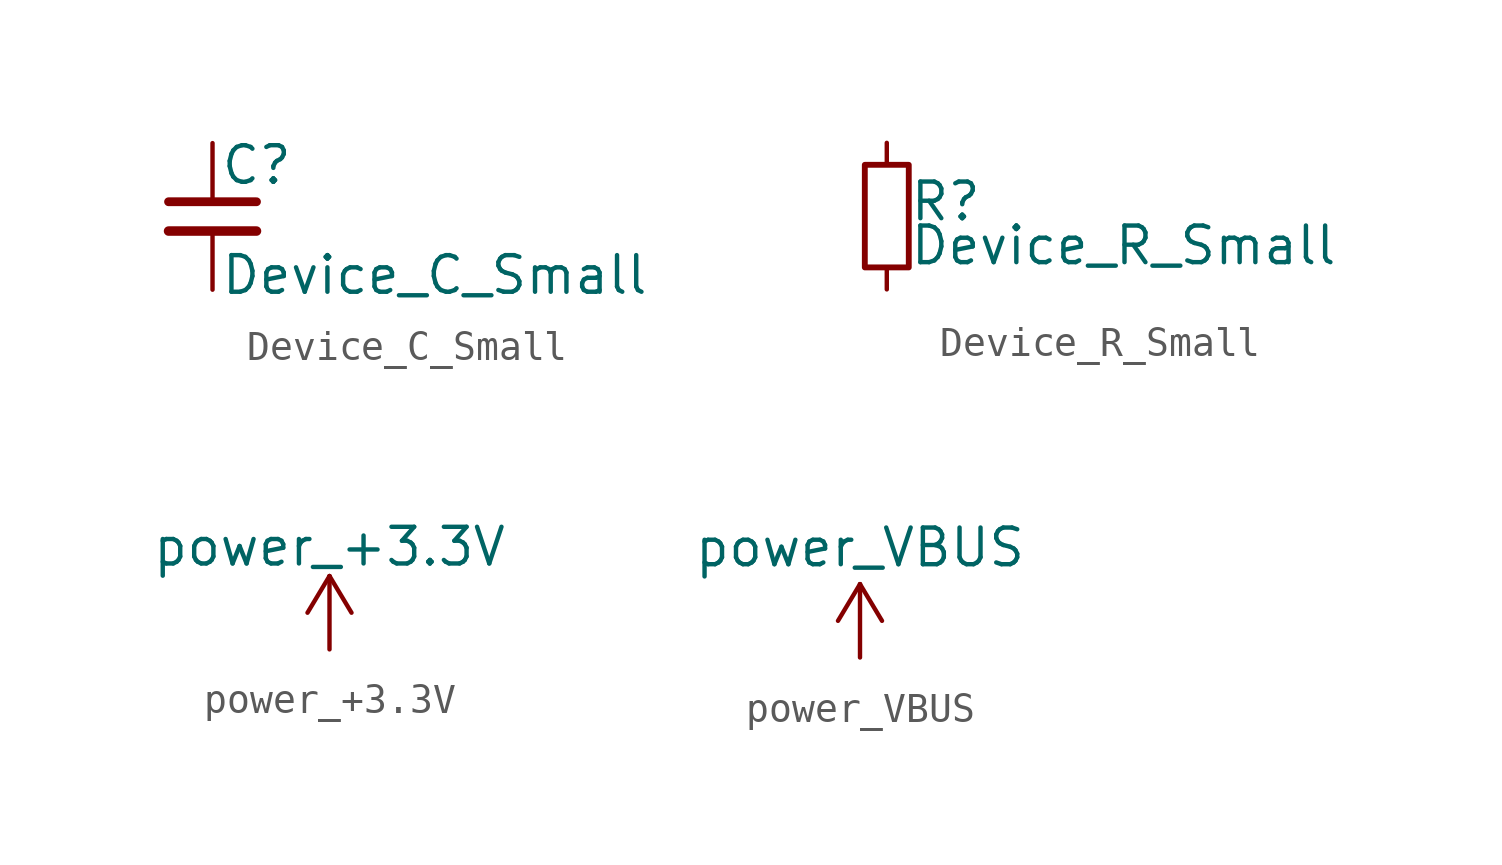
<source format=kicad_sym>
(kicad_symbol_lib
  (version 20210619)
  (generator kicad_symbol_editor)
  (symbol "usb_ulpi:Device_C_Small"
    (pin_numbers hide)
    (pin_names
      (offset 0.254) hide)
    (property "Reference" "C"
      (at 0.254 1.778 0)
      (effects (font (size 1.27 1.27)) (justify left)))
    (property "Value" "Device_C_Small"
      (at 0.254 -2.032 0)
      (effects (font (size 1.27 1.27)) (justify left)))
    (symbol "Device_C_Small_0_1"
      (polyline (pts (xy -1.524 -0.508) (xy 1.524 -0.508)) (stroke (width 0.33)) (fill (type none)))
      (polyline (pts (xy -1.524 0.508) (xy 1.524 0.508)) (stroke (width 0.305)) (fill (type none))))
    (symbol "Device_C_Small_1_1"
      (pin passive line (at 0 2.54 270) (length 2.032) (name "~" (effects (font (size 1.27 1.27)))) (number "1" (effects (font (size 1.27 1.27)))))
      (pin passive line (at 0 -2.54 90) (length 2.032) (name "~" (effects (font (size 1.27 1.27)))) (number "2" (effects (font (size 1.27 1.27)))))))
  (symbol "usb_ulpi:Device_R_Small"
    (pin_numbers hide)
    (pin_names
      (offset 0.254) hide)
    (property "Reference" "R"
      (at 0.762 0.508 0)
      (effects (font (size 1.27 1.27)) (justify left)))
    (property "Value" "Device_R_Small"
      (at 0.762 -1.016 0)
      (effects (font (size 1.27 1.27)) (justify left)))
    (symbol "Device_R_Small_0_1"
      (rectangle (start -0.762 1.778) (end 0.762 -1.778) (stroke (width 0.203)) (fill (type none))))
    (symbol "Device_R_Small_1_1"
      (pin passive line (at 0 2.54 270) (length 0.762) (name "~" (effects (font (size 1.27 1.27)))) (number "1" (effects (font (size 1.27 1.27)))))
      (pin passive line (at 0 -2.54 90) (length 0.762) (name "~" (effects (font (size 1.27 1.27)))) (number "2" (effects (font (size 1.27 1.27)))))))
  (symbol "usb_ulpi:power_+3.3V"
    (power)
    (pin_names
      (offset 0))
    (property "Reference" "#PWR"
      (at 0 -3.81 0)
      (effects (font (size 1.27 1.27)) hide))
    (property "Value" "power_+3.3V"
      (at 0 3.556 0)
      (effects (font (size 1.27 1.27))))
    (symbol "power_+3.3V_0_1"
      (polyline (pts (xy -0.762 1.27) (xy 0 2.54)) (stroke (width 0)) (fill (type none)))
      (polyline (pts (xy 0 0) (xy 0 2.54)) (stroke (width 0)) (fill (type none)))
      (polyline (pts (xy 0 2.54) (xy 0.762 1.27)) (stroke (width 0)) (fill (type none))))
    (symbol "power_+3.3V_1_1"
      (pin power_in line (at 0 0 90) (length 0) hide (name "+3V3" (effects (font (size 1.27 1.27)))) (number "1" (effects (font (size 1.27 1.27)))))))
  (symbol "usb_ulpi:power_VBUS"
    (power)
    (pin_names
      (offset 0))
    (property "Reference" "#PWR"
      (at 0 -3.81 0)
      (effects (font (size 1.27 1.27)) hide))
    (property "Value" "power_VBUS"
      (at 0 3.81 0)
      (effects (font (size 1.27 1.27))))
    (symbol "power_VBUS_0_1"
      (polyline (pts (xy -0.762 1.27) (xy 0 2.54)) (stroke (width 0)) (fill (type none)))
      (polyline (pts (xy 0 0) (xy 0 2.54)) (stroke (width 0)) (fill (type none)))
      (polyline (pts (xy 0 2.54) (xy 0.762 1.27)) (stroke (width 0)) (fill (type none))))
    (symbol "power_VBUS_1_1"
      (pin power_in line (at 0 0 90) (length 0) hide (name "VBUS" (effects (font (size 1.27 1.27)))) (number "1" (effects (font (size 1.27 1.27))))))))
</source>
